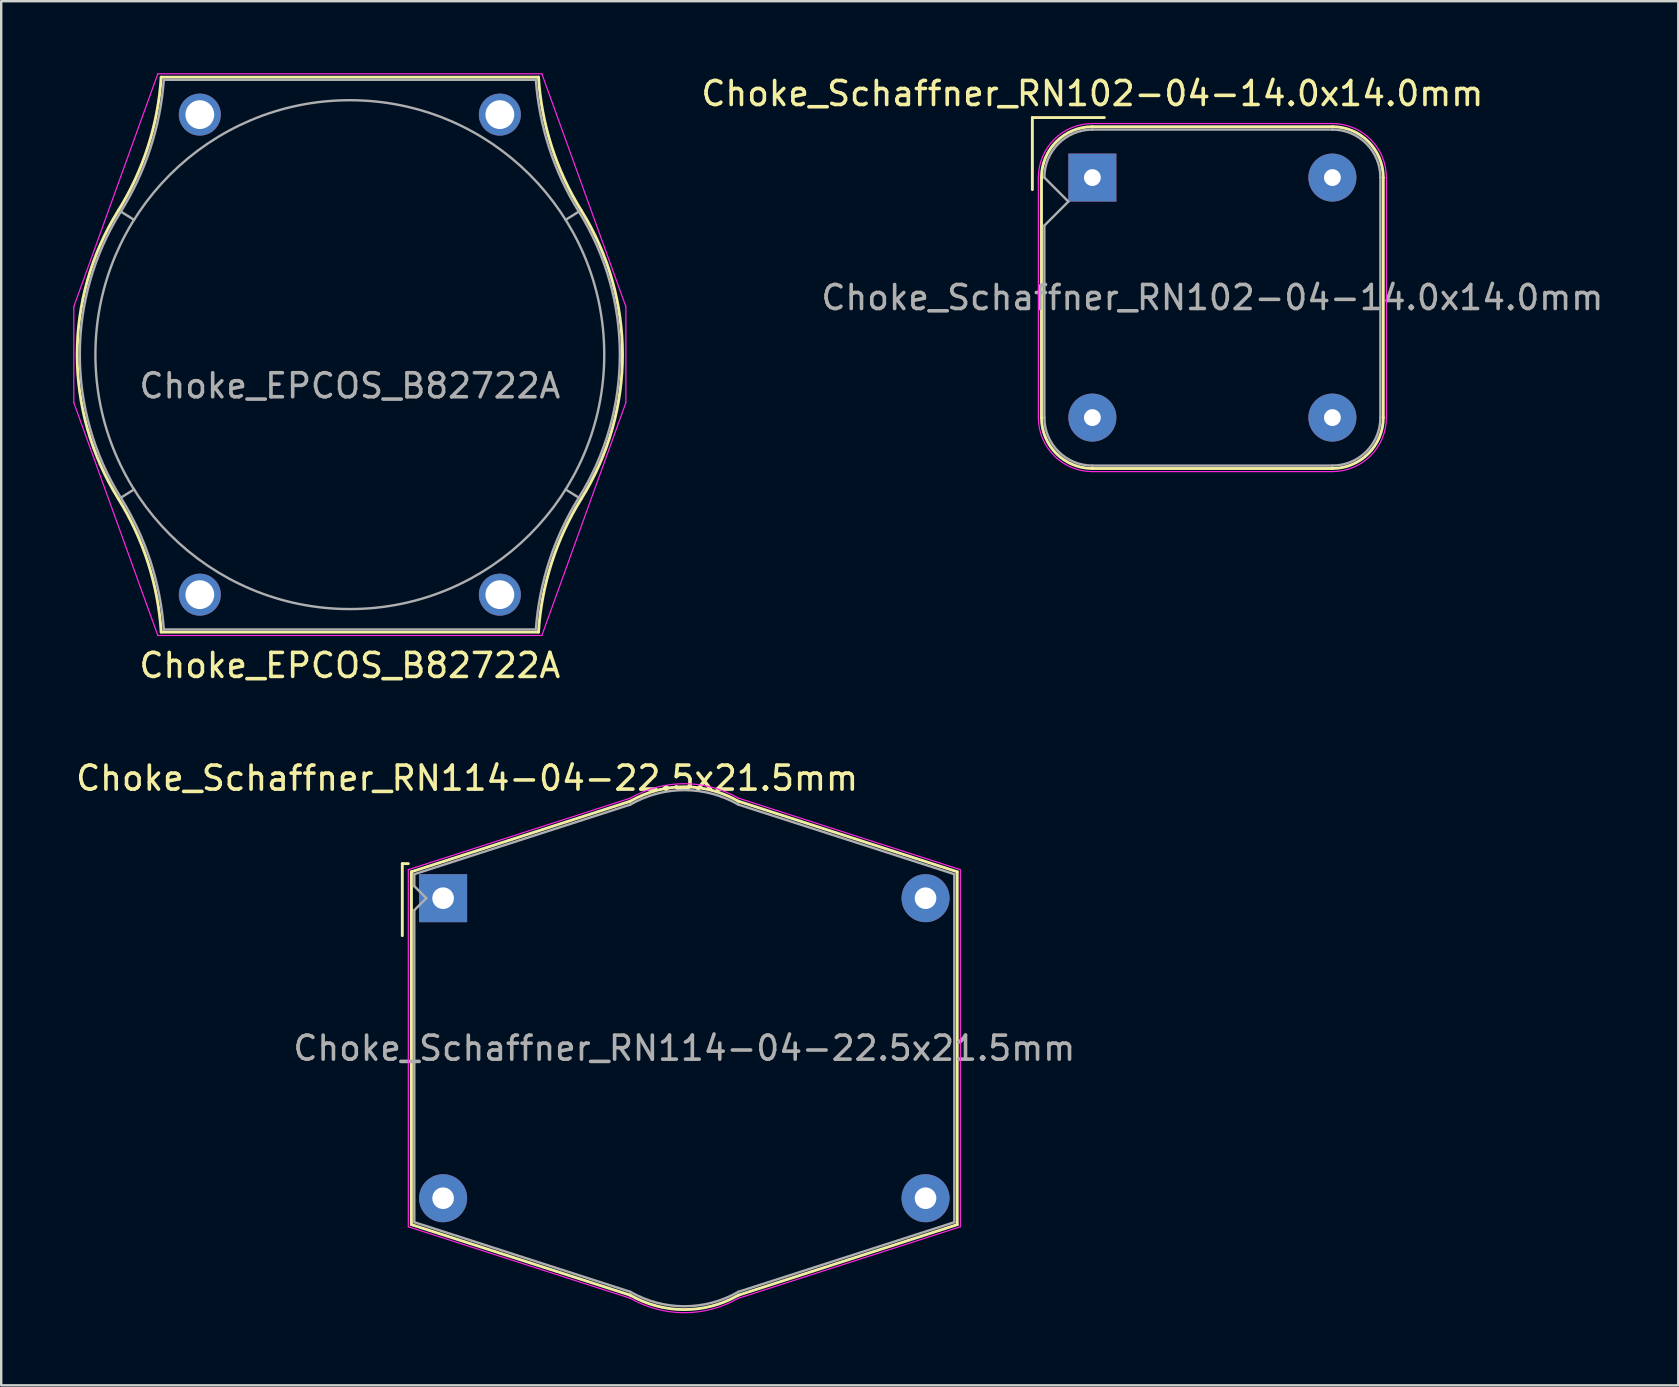
<source format=kicad_pcb>
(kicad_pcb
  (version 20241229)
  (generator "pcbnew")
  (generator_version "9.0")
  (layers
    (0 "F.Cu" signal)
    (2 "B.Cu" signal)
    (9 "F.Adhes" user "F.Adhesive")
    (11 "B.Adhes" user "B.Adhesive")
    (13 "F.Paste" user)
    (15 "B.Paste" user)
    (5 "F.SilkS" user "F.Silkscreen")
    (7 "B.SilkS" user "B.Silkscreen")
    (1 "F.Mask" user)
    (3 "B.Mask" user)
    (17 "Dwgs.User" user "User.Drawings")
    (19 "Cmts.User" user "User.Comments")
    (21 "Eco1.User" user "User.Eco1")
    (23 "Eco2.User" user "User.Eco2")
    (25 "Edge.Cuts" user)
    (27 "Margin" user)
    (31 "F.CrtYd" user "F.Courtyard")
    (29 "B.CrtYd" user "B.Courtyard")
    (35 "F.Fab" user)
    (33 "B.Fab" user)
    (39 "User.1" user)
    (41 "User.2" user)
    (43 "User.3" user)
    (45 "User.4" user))
  (footprint "Choke_Schaffner_RN114-04-22.5x21.5mm"
    (layer "F.Cu")
    (at 15.411 34.371)
    (property "Reference" "Choke_Schaffner_RN114-04-22.5x21.5mm" (at 1 -5 0) (layer "F.SilkS") (effects (font (size 1 1) (thickness 0.15))))
    (attr through_hole)
    (fp_line (start -1.7 -1.44) (end -1.7 1.56) (stroke (width 0.12) (type solid)) (layer "F.SilkS"))
    (fp_line (start -1.7 -1.44) (end -1.45 -1.44) (stroke (width 0.12) (type solid)) (layer "F.SilkS"))
    (fp_line (start -1.32 -1.1) (end 7.8 -4.04) (stroke (width 0.12) (type solid)) (layer "F.SilkS"))
    (fp_line (start -1.32 13.6) (end -1.32 -1.1) (stroke (width 0.12) (type solid)) (layer "F.SilkS"))
    (fp_line (start 7.8 16.54) (end -1.32 13.6) (stroke (width 0.12) (type solid)) (layer "F.SilkS"))
    (fp_line (start 12.3 -4.04) (end 21.42 -1.1) (stroke (width 0.12) (type solid)) (layer "F.SilkS"))
    (fp_line (start 21.42 -1.1) (end 21.42 13.6) (stroke (width 0.12) (type solid)) (layer "F.SilkS"))
    (fp_line (start 21.42 13.6) (end 12.3 16.54) (stroke (width 0.12) (type solid)) (layer "F.SilkS"))
    (fp_arc (start 7.8 -4.04) (mid 10.061443 -4.63982) (end 12.31982 -4.028557) (stroke (width 0.12) (type solid)) (layer "F.SilkS"))
    (fp_arc (start 12.3 16.54) (mid 10.038557 17.13982) (end 7.78018 16.528557) (stroke (width 0.12) (type solid)) (layer "F.SilkS"))
    (fp_line (start -1.45 -1.19) (end 7.8 -4.17) (stroke (width 0.05) (type solid)) (layer "F.CrtYd"))
    (fp_line (start -1.45 13.69) (end -1.45 -1.19) (stroke (width 0.05) (type solid)) (layer "F.CrtYd"))
    (fp_line (start 7.8 16.67) (end -1.45 13.69) (stroke (width 0.05) (type solid)) (layer "F.CrtYd"))
    (fp_line (start 12.3 -4.17) (end 21.55 -1.19) (stroke (width 0.05) (type solid)) (layer "F.CrtYd"))
    (fp_line (start 21.55 -1.19) (end 21.55 13.69) (stroke (width 0.05) (type solid)) (layer "F.CrtYd"))
    (fp_line (start 21.55 13.69) (end 12.3 16.67) (stroke (width 0.05) (type solid)) (layer "F.CrtYd"))
    (fp_arc (start 7.8 -4.17) (mid 10.061443 -4.76982) (end 12.31982 -4.158557) (stroke (width 0.05) (type solid)) (layer "F.CrtYd"))
    (fp_arc (start 12.3 16.67) (mid 10.038557 17.26982) (end 7.78018 16.658557) (stroke (width 0.05) (type solid)) (layer "F.CrtYd"))
    (fp_line (start -1.2 -1) (end 7.8 -3.9) (stroke (width 0.1) (type solid)) (layer "F.Fab"))
    (fp_line (start -1.2 -0.5) (end -1.2 -1) (stroke (width 0.1) (type solid)) (layer "F.Fab"))
    (fp_line (start -1.2 0.5) (end -0.7 0) (stroke (width 0.1) (type solid)) (layer "F.Fab"))
    (fp_line (start -1.2 13.5) (end -1.2 0.5) (stroke (width 0.1) (type solid)) (layer "F.Fab"))
    (fp_line (start -0.7 0) (end -1.2 -0.5) (stroke (width 0.1) (type solid)) (layer "F.Fab"))
    (fp_line (start 7.8 16.4) (end -1.2 13.5) (stroke (width 0.1) (type solid)) (layer "F.Fab"))
    (fp_line (start 12.3 -3.9) (end 21.3 -1) (stroke (width 0.1) (type solid)) (layer "F.Fab"))
    (fp_line (start 21.3 -1) (end 21.3 13.5) (stroke (width 0.1) (type solid)) (layer "F.Fab"))
    (fp_line (start 21.3 13.5) (end 12.3 16.4) (stroke (width 0.1) (type solid)) (layer "F.Fab"))
    (fp_arc (start 7.8 -3.9) (mid 10.051443 -4.502499) (end 12.302499 -3.898557) (stroke (width 0.1) (type solid)) (layer "F.Fab"))
    (fp_arc (start 12.3 16.4) (mid 10.048557 17.002499) (end 7.797501 16.398557) (stroke (width 0.1) (type solid)) (layer "F.Fab"))
    (fp_text user "${REFERENCE}" (at 10.05 6.25 0) (layer "F.Fab") (effects (font (size 1 1) (thickness 0.15))))
    (pad "1" thru_hole rect (at 0 0) (size 2 2) (drill 0.9) (layers "*.Cu" "*.Mask"))
    (pad "2" thru_hole circle (at 20.1 0) (size 2 2) (drill 0.9) (layers "*.Cu" "*.Mask"))
    (pad "3" thru_hole circle (at 0 12.5) (size 2 2) (drill 0.9) (layers "*.Cu" "*.Mask"))
    (pad "4" thru_hole circle (at 20.1 12.5) (size 2 2) (drill 0.9) (layers "*.Cu" "*.Mask")))
  (footprint "Choke_Schaffner_RN102-04-14.0x14.0mm"
    (layer "F.Cu")
    (at 42.461 4.348)
    (property "Reference" "Choke_Schaffner_RN102-04-14.0x14.0mm" (at 0 -3.5 0) (layer "F.SilkS") (effects (font (size 1 1) (thickness 0.15))))
    (attr through_hole)
    (fp_line (start -2.5 -2.5) (end -2.5 0.5) (stroke (width 0.12) (type solid)) (layer "F.SilkS"))
    (fp_line (start -2.5 -2.5) (end 0.5 -2.5) (stroke (width 0.12) (type solid)) (layer "F.SilkS"))
    (fp_line (start -2.12 10) (end -2.12 0) (stroke (width 0.12) (type solid)) (layer "F.SilkS"))
    (fp_line (start 0 -2.12) (end 10 -2.12) (stroke (width 0.12) (type solid)) (layer "F.SilkS"))
    (fp_line (start 10 12.12) (end 0 12.12) (stroke (width 0.12) (type solid)) (layer "F.SilkS"))
    (fp_line (start 12.12 0) (end 12.12 10) (stroke (width 0.12) (type solid)) (layer "F.SilkS"))
    (fp_arc (start -2.12 0) (mid -1.499066 -1.499066) (end 0 -2.12) (stroke (width 0.12) (type solid)) (layer "F.SilkS"))
    (fp_arc (start 0 12.12) (mid -1.499066 11.499066) (end -2.12 10) (stroke (width 0.12) (type solid)) (layer "F.SilkS"))
    (fp_arc (start 10 -2.12) (mid 11.499066 -1.499066) (end 12.12 0) (stroke (width 0.12) (type solid)) (layer "F.SilkS"))
    (fp_arc (start 12.12 10) (mid 11.499066 11.499066) (end 10 12.12) (stroke (width 0.12) (type solid)) (layer "F.SilkS"))
    (fp_line (start -2.25 10) (end -2.25 0) (stroke (width 0.05) (type solid)) (layer "F.CrtYd"))
    (fp_line (start 0 -2.25) (end 10 -2.25) (stroke (width 0.05) (type solid)) (layer "F.CrtYd"))
    (fp_line (start 10 12.25) (end 0 12.25) (stroke (width 0.05) (type solid)) (layer "F.CrtYd"))
    (fp_line (start 12.25 0) (end 12.25 10) (stroke (width 0.05) (type solid)) (layer "F.CrtYd"))
    (fp_arc (start -2.25 0) (mid -1.59099 -1.59099) (end 0 -2.25) (stroke (width 0.05) (type solid)) (layer "F.CrtYd"))
    (fp_arc (start 0 12.25) (mid -1.59099 11.59099) (end -2.25 10) (stroke (width 0.05) (type solid)) (layer "F.CrtYd"))
    (fp_arc (start 10 -2.25) (mid 11.59099 -1.59099) (end 12.25 0) (stroke (width 0.05) (type solid)) (layer "F.CrtYd"))
    (fp_arc (start 12.25 10) (mid 11.59099 11.59099) (end 10 12.25) (stroke (width 0.05) (type solid)) (layer "F.CrtYd"))
    (fp_line (start -2 2) (end -1 1) (stroke (width 0.1) (type solid)) (layer "F.Fab"))
    (fp_line (start -2 10) (end -2 2) (stroke (width 0.1) (type solid)) (layer "F.Fab"))
    (fp_line (start -1 1) (end -2 0) (stroke (width 0.1) (type solid)) (layer "F.Fab"))
    (fp_line (start 0 -2) (end 10 -2) (stroke (width 0.1) (type solid)) (layer "F.Fab"))
    (fp_line (start 10 12) (end 0 12) (stroke (width 0.1) (type solid)) (layer "F.Fab"))
    (fp_line (start 12 0) (end 12 10) (stroke (width 0.1) (type solid)) (layer "F.Fab"))
    (fp_arc (start -2 0) (mid -1.414214 -1.414214) (end 0 -2) (stroke (width 0.1) (type solid)) (layer "F.Fab"))
    (fp_arc (start 0 12) (mid -1.414214 11.414214) (end -2 10) (stroke (width 0.1) (type solid)) (layer "F.Fab"))
    (fp_arc (start 10 -2) (mid 11.414214 -1.414214) (end 12 0) (stroke (width 0.1) (type solid)) (layer "F.Fab"))
    (fp_arc (start 12 10) (mid 11.414214 11.414214) (end 10 12) (stroke (width 0.1) (type solid)) (layer "F.Fab"))
    (fp_text user "${REFERENCE}" (at 5 5 0) (layer "F.Fab") (effects (font (size 1 1) (thickness 0.15))))
    (pad "1" thru_hole rect (at 0 0) (size 2 2) (drill 0.7) (layers "*.Cu" "*.Mask"))
    (pad "2" thru_hole circle (at 10 0) (size 2 2) (drill 0.7) (layers "*.Cu" "*.Mask"))
    (pad "3" thru_hole circle (at 0 10) (size 2 2) (drill 0.7) (layers "*.Cu" "*.Mask"))
    (pad "4" thru_hole circle (at 10 10) (size 2 2) (drill 0.7) (layers "*.Cu" "*.Mask")))
  (footprint "Choke_EPCOS_B82722A"
    (layer "F.Cu")
    (at 5.275 21.725)
    (property "Reference" "Choke_EPCOS_B82722A" (at 6.25 2.95 180) (layer "F.SilkS") (effects (font (size 1 1) (thickness 0.15))))
    (attr through_hole)
    (fp_line (start -1.61 -21.56) (end 14.11 -21.56) (stroke (width 0.12) (type solid)) (layer "F.SilkS"))
    (fp_line (start -1.61 1.56) (end 14.11 1.56) (stroke (width 0.12) (type solid)) (layer "F.SilkS"))
    (fp_arc (start -3.392046 -3.993291) (mid -5.11 -10) (end -3.392046 -16.006709) (stroke (width 0.12) (type solid)) (layer "F.SilkS"))
    (fp_arc (start -3.392046 -3.993291) (mid -2.156889 -1.327078) (end -1.61 1.56) (stroke (width 0.12) (type solid)) (layer "F.SilkS"))
    (fp_arc (start -1.61 -21.56) (mid -2.156888 -18.672922) (end -3.392046 -16.006709) (stroke (width 0.12) (type solid)) (layer "F.SilkS"))
    (fp_arc (start 14.109999 1.56) (mid 14.656887 -1.327078) (end 15.892045 -3.993291) (stroke (width 0.12) (type solid)) (layer "F.SilkS"))
    (fp_arc (start 15.892045 -16.006709) (mid 17.609999 -10) (end 15.892045 -3.993291) (stroke (width 0.12) (type solid)) (layer "F.SilkS"))
    (fp_arc (start 15.892046 -16.00671) (mid 14.656889 -18.672923) (end 14.11 -21.56) (stroke (width 0.12) (type solid)) (layer "F.SilkS"))
    (fp_line (start -5.25 -12) (end -5.25 -8) (stroke (width 0.05) (type solid)) (layer "F.CrtYd"))
    (fp_line (start -5.25 -8) (end -1.75 1.7) (stroke (width 0.05) (type solid)) (layer "F.CrtYd"))
    (fp_line (start -1.75 -21.7) (end -5.25 -12) (stroke (width 0.05) (type solid)) (layer "F.CrtYd"))
    (fp_line (start -1.75 -21.7) (end 14.25 -21.7) (stroke (width 0.05) (type solid)) (layer "F.CrtYd"))
    (fp_line (start -1.75 1.7) (end 14.25 1.7) (stroke (width 0.05) (type solid)) (layer "F.CrtYd"))
    (fp_line (start 14.25 -21.7) (end 17.75 -12) (stroke (width 0.05) (type solid)) (layer "F.CrtYd"))
    (fp_line (start 17.75 -12) (end 17.75 -8) (stroke (width 0.05) (type solid)) (layer "F.CrtYd"))
    (fp_line (start 17.75 -8) (end 14.25 1.7) (stroke (width 0.05) (type solid)) (layer "F.CrtYd"))
    (fp_line (start -3.291 -4.04) (end -2.74 -4.384) (stroke (width 0.1) (type solid)) (layer "F.Fab"))
    (fp_line (start -2.74 -15.616) (end -3.291 -15.96) (stroke (width 0.1) (type solid)) (layer "F.Fab"))
    (fp_line (start -1.5 -21.45) (end 14 -21.45) (stroke (width 0.1) (type solid)) (layer "F.Fab"))
    (fp_line (start -1.5 1.45) (end 14 1.45) (stroke (width 0.1) (type solid)) (layer "F.Fab"))
    (fp_line (start 15.791 -15.96) (end 15.24 -15.616) (stroke (width 0.1) (type solid)) (layer "F.Fab"))
    (fp_line (start 15.791 -4.04) (end 15.24 -4.384) (stroke (width 0.1) (type solid)) (layer "F.Fab"))
    (fp_arc (start -3.29123 -4.039511) (mid -5 -10.000001) (end -3.291229 -15.96049) (stroke (width 0.1) (type solid)) (layer "F.Fab"))
    (fp_arc (start -3.291229 -4.03951) (mid -2.060501 -1.404103) (end -1.5 1.45) (stroke (width 0.1) (type solid)) (layer "F.Fab"))
    (fp_arc (start -1.499999 -21.45) (mid -2.0605 -18.595897) (end -3.291229 -15.96049) (stroke (width 0.1) (type solid)) (layer "F.Fab"))
    (fp_arc (start 14 1.449999) (mid 14.560501 -1.404104) (end 15.79123 -4.039511) (stroke (width 0.1) (type solid)) (layer "F.Fab"))
    (fp_arc (start 15.239959 -15.616106) (mid -2.739959 -4.383894) (end 15.239959 -15.616106) (stroke (width 0.1) (type solid)) (layer "F.Fab"))
    (fp_arc (start 15.791229 -15.960491) (mid 17.5 -10.000001) (end 15.79123 -4.039511) (stroke (width 0.1) (type solid)) (layer "F.Fab"))
    (fp_arc (start 15.79123 -15.96049) (mid 14.560501 -18.595897) (end 14 -21.45) (stroke (width 0.1) (type solid)) (layer "F.Fab"))
    (fp_text user "${REFERENCE}" (at 6.25 -8.7 0) (layer "F.Fab") (effects (font (size 1 1) (thickness 0.15))))
    (pad "1" thru_hole circle (at 0 0) (size 1.75 1.75) (drill 1.2) (layers "*.Cu" "*.Mask"))
    (pad "2" thru_hole circle (at 0 -20) (size 1.75 1.75) (drill 1.2) (layers "*.Cu" "*.Mask"))
    (pad "3" thru_hole circle (at 12.5 0) (size 1.75 1.75) (drill 1.2) (layers "*.Cu" "*.Mask"))
    (pad "4" thru_hole circle (at 12.5 -20) (size 1.75 1.75) (drill 1.2) (layers "*.Cu" "*.Mask")))
  (gr_rect
    (start -3 -3)
    (end 66.871 54.666)
    (stroke (width 0.1) (type default))
    (fill no)
    (layer "Edge.Cuts")))
</source>
